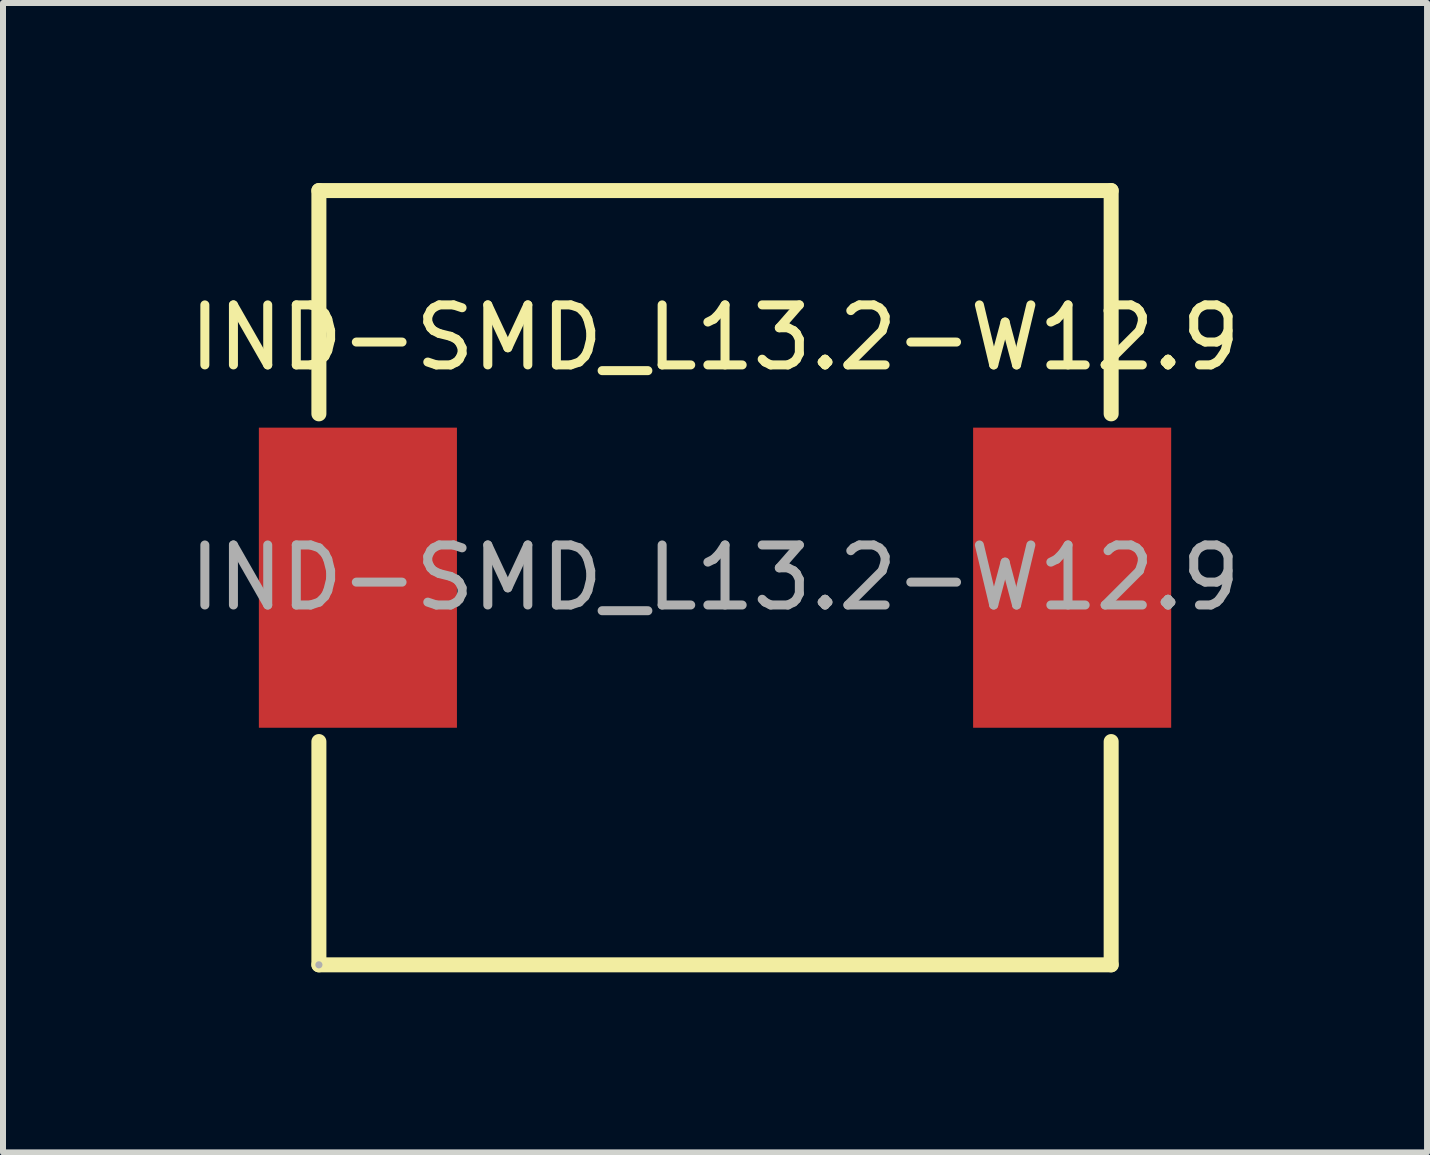
<source format=kicad_pcb>
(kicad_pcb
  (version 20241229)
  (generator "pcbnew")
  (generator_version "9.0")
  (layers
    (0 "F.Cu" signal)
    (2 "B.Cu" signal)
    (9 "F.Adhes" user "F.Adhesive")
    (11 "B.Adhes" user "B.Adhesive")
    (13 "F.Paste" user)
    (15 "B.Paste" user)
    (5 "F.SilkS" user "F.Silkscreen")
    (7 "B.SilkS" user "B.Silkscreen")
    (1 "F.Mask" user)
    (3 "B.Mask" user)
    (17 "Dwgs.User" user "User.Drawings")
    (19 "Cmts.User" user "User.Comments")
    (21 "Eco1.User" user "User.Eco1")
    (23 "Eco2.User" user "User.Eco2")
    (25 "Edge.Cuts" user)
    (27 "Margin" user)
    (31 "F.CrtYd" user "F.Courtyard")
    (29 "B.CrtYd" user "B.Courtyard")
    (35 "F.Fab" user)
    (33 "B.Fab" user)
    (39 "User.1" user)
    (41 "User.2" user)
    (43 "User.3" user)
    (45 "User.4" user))
  (footprint "IND-SMD_L13.2-W12.9"
    (layer "F.Cu")
    (at 8.863 6.575)
    (property "Reference" "IND-SMD_L13.2-W12.9" (at 0 -4 0) (layer "F.SilkS") (effects (font (size 1 1) (thickness 0.15))))
    (attr smd)
    (fp_line (start -6.6 -6.45) (end 6.6 -6.45) (stroke (width 0.25) (type solid)) (layer "F.SilkS"))
    (fp_line (start -6.6 -2.73) (end -6.6 -6.45) (stroke (width 0.25) (type solid)) (layer "F.SilkS"))
    (fp_line (start -6.6 6.45) (end -6.6 2.73) (stroke (width 0.25) (type solid)) (layer "F.SilkS"))
    (fp_line (start 6.6 -2.73) (end 6.6 -6.45) (stroke (width 0.25) (type solid)) (layer "F.SilkS"))
    (fp_line (start 6.6 6.45) (end -6.6 6.45) (stroke (width 0.25) (type solid)) (layer "F.SilkS"))
    (fp_line (start 6.6 6.45) (end 6.6 2.73) (stroke (width 0.25) (type solid)) (layer "F.SilkS"))
    (fp_circle (center -6.6 6.45) (end -6.57 6.45) (stroke (width 0.06) (type solid)) (fill no) (layer "F.Fab"))
    (fp_text user "${REFERENCE}" (at 0 0 0) (layer "F.Fab") (effects (font (size 1 1) (thickness 0.15))))
    (pad "1" smd rect (at -5.95 0) (size 3.3 5) (layers "F.Cu" "F.Mask" "F.Paste"))
    (pad "2" smd rect (at 5.95 0) (size 3.3 5) (layers "F.Cu" "F.Mask" "F.Paste")))
  (gr_rect
    (start -3 -3)
    (end 20.726 16.15)
    (stroke (width 0.1) (type default))
    (fill no)
    (layer "Edge.Cuts")))
</source>
